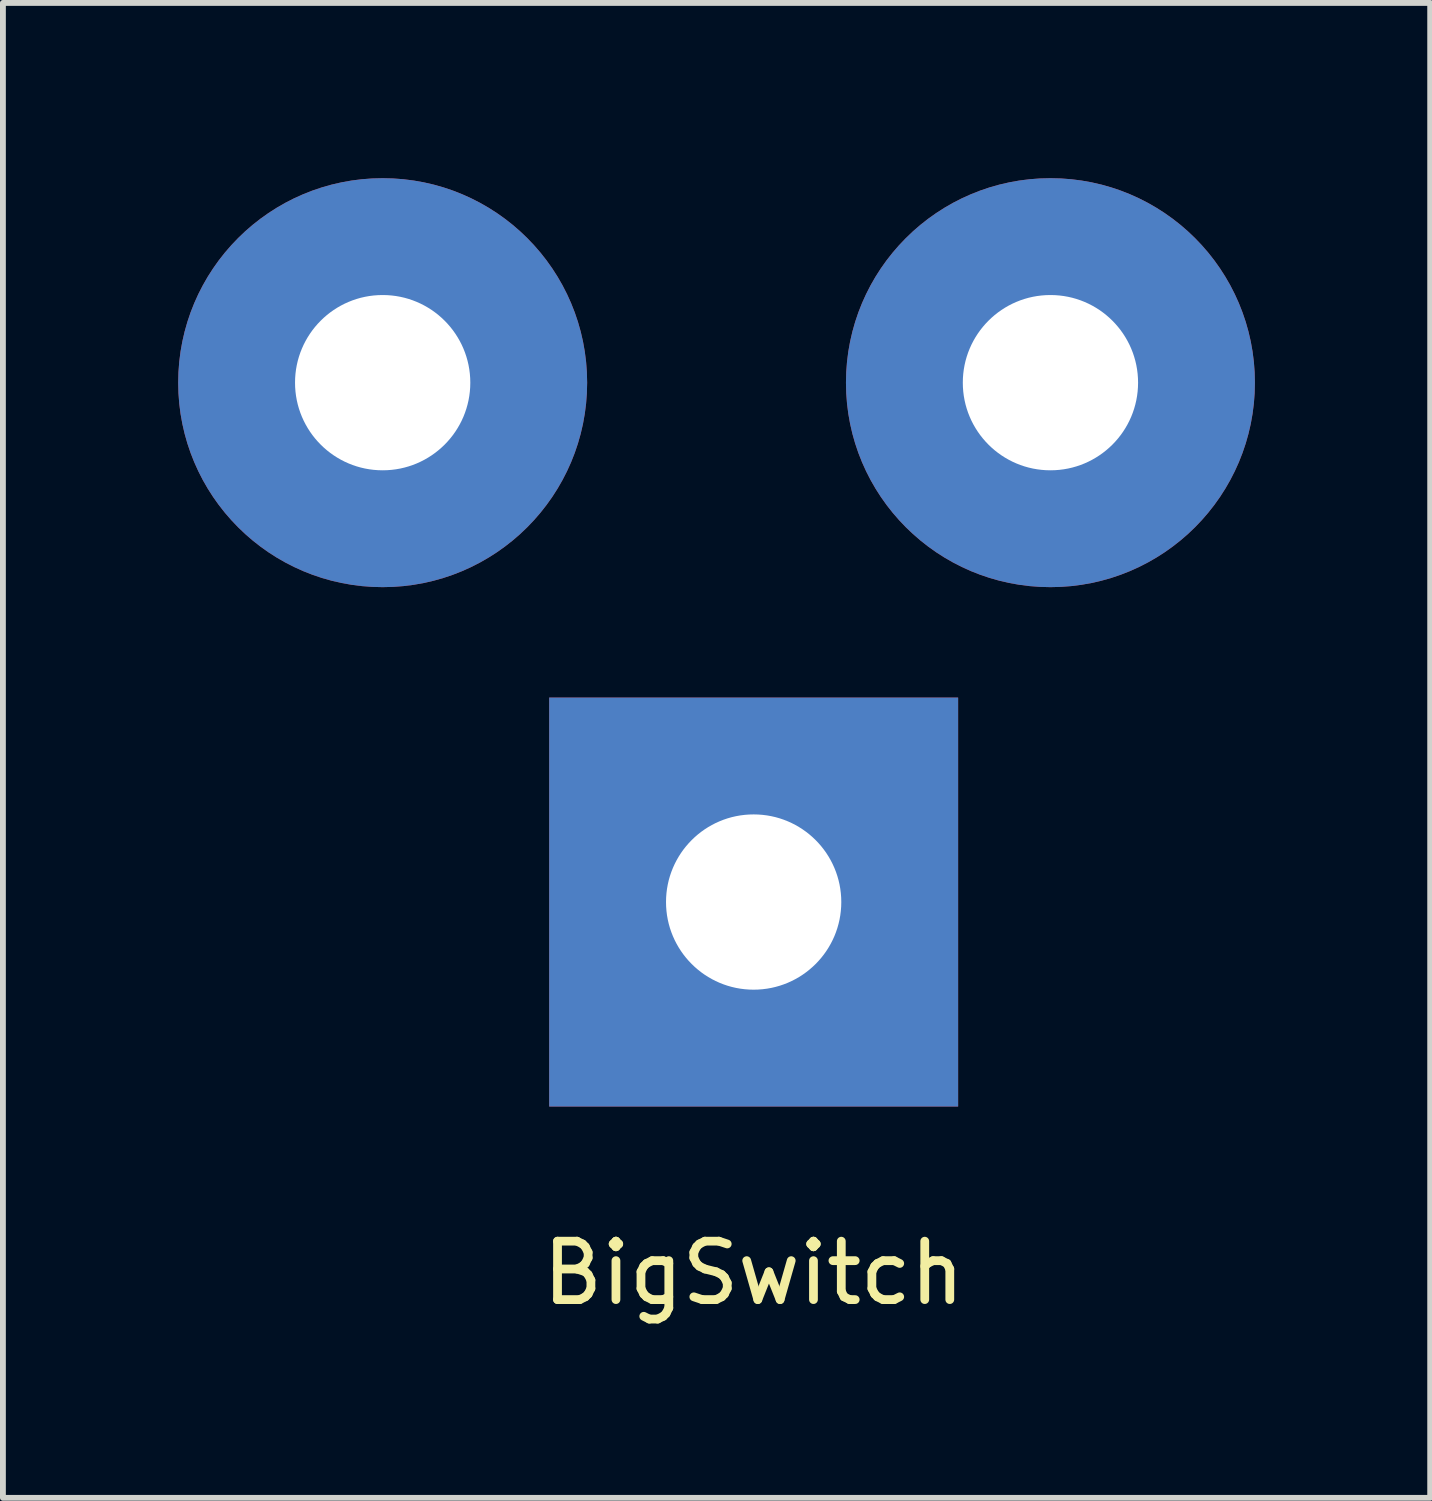
<source format=kicad_pcb>
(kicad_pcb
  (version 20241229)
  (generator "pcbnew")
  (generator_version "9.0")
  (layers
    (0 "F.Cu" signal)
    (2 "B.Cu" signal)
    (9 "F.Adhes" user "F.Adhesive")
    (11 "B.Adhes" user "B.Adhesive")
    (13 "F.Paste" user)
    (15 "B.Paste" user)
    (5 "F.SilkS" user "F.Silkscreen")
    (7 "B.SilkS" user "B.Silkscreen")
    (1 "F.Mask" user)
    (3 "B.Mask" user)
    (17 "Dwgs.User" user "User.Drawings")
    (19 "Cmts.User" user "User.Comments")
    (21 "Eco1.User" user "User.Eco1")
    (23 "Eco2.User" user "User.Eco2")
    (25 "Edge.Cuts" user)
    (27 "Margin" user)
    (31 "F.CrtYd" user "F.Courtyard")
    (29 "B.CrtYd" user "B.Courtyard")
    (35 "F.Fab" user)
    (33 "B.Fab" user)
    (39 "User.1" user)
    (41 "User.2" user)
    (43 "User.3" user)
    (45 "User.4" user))
  (footprint "BigSwitch"
    (layer "F.Cu")
    (at 9.85 17.47)
    (property "Reference" "BigSwitch" (at 0 1.27 0) (layer "F.SilkS") (effects (font (size 1 1) (thickness 0.15))))
    (attr through_hole)
    (pad "1" thru_hole rect (at 0 -5.08) (size 7 7) (drill 3) (layers "*.Cu" "*.Mask"))
    (pad "2" thru_hole circle (at -6.35 -13.97) (size 7 7) (drill 3) (layers "*.Cu" "*.Mask"))
    (pad "3" thru_hole circle (at 5.08 -13.97) (size 7 7) (drill 3) (layers "*.Cu" "*.Mask")))
  (gr_rect
    (start -3 -3)
    (end 21.43 22.588)
    (stroke (width 0.1) (type default))
    (fill no)
    (layer "Edge.Cuts")))
</source>
